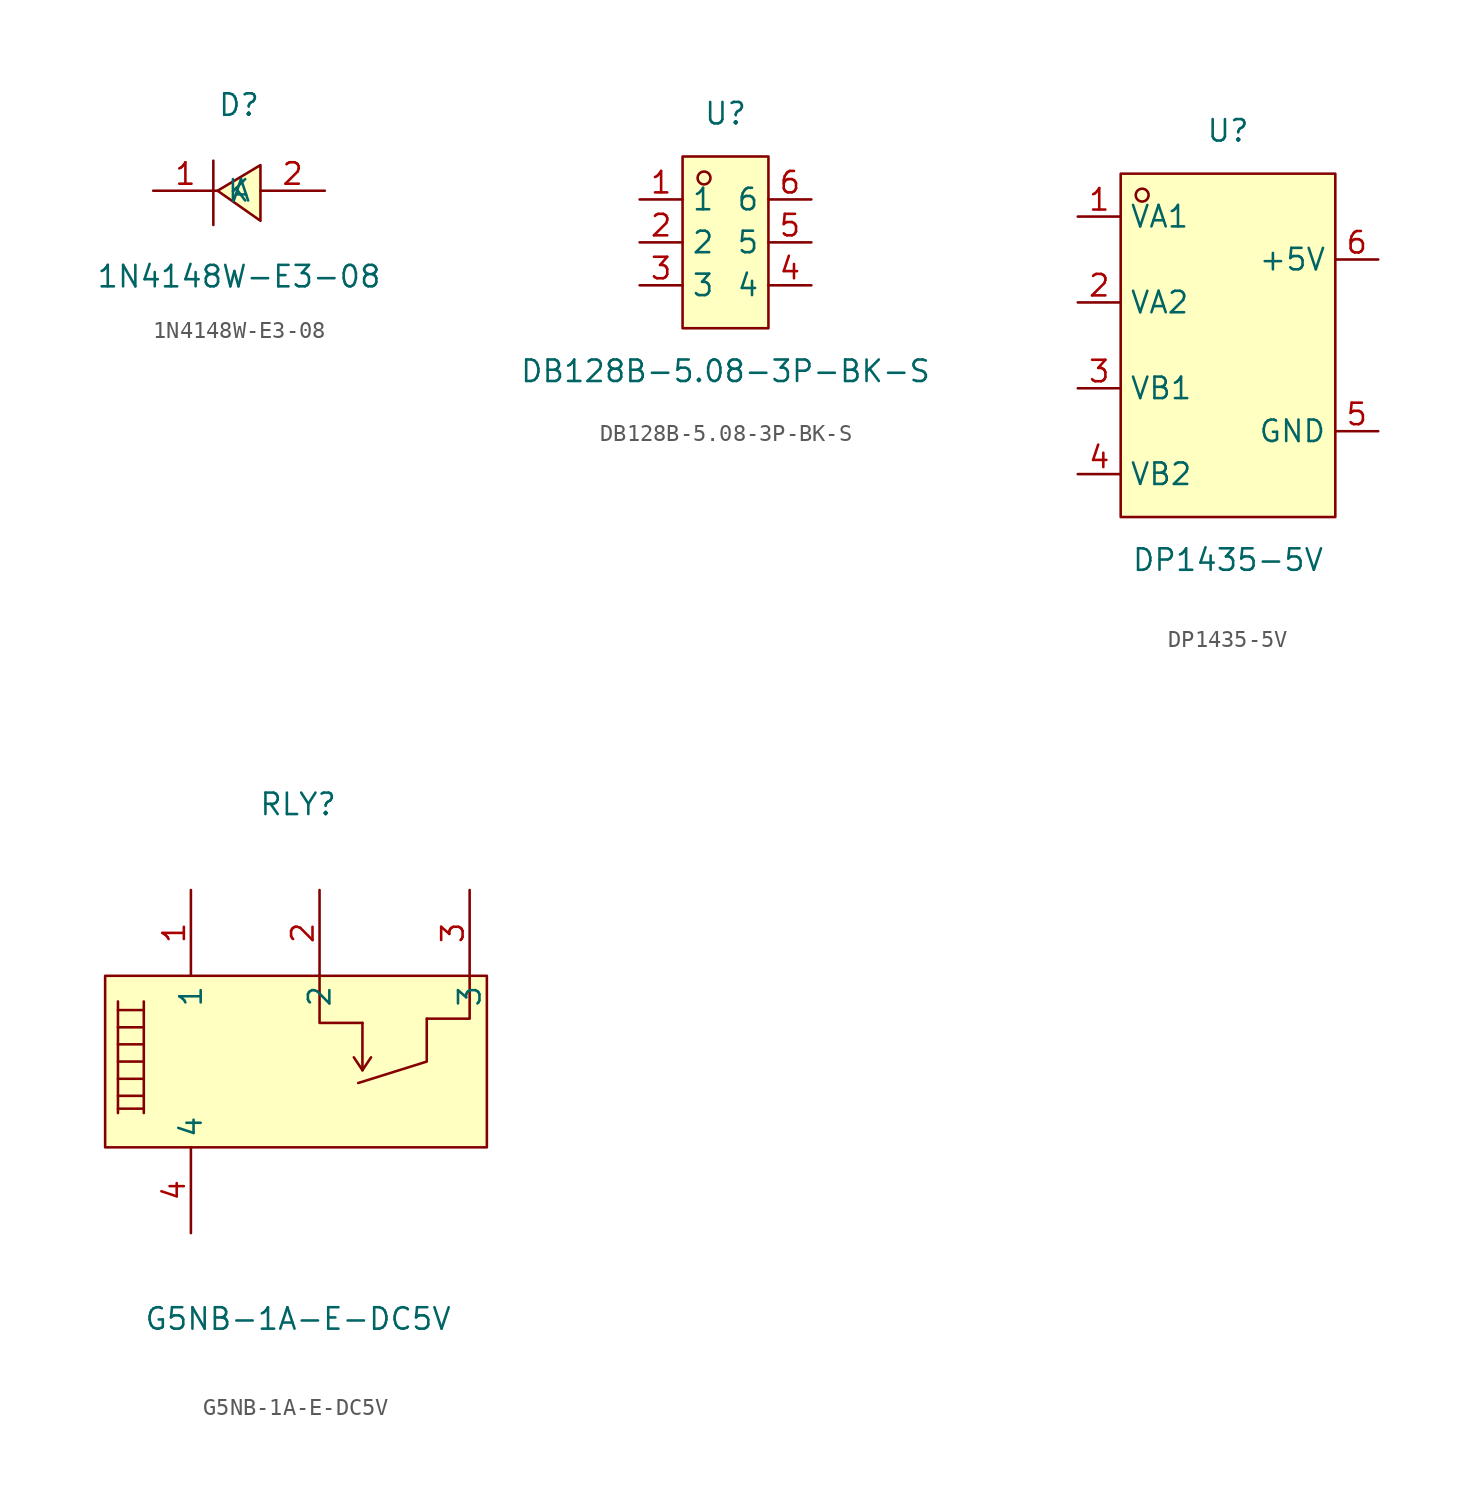
<source format=kicad_sym>
(kicad_symbol_lib
  (version 20211014)
  (generator https://github.com/uPesy/easyeda2kicad.py)
  (symbol "1N4148W-E3-08"
    (property "Reference" "D"
      (at 0 5.08 0)
      (effects (font (size 1.27 1.27))))
    (property "Value" "1N4148W-E3-08"
      (at 0 -5.08 0)
      (effects (font (size 1.27 1.27))))
    (symbol "1N4148W-E3-08_0_1"
      (polyline (pts (xy 1.27 1.52) (xy -1.27 -0.00) (xy 1.27 -1.78) (xy 1.27 1.52)) (stroke (width 0) (type default) (color 0 0 0 0)) (fill (type background)))
      (polyline (pts (xy -1.52 1.78) (xy -1.52 -2.03)) (stroke (width 0) (type default) (color 0 0 0 0)) (fill (type none)))
      (pin unspecified line (at 5.08 -0.00 180) (length 3.81) (name "A" (effects (font (size 1.27 1.27)))) (number "2" (effects (font (size 1.27 1.27)))))
      (pin unspecified line (at -5.08 -0.00 0) (length 3.81) (name "K" (effects (font (size 1.27 1.27)))) (number "1" (effects (font (size 1.27 1.27)))))))
  (symbol "DB128B-5.08-3P-BK-S"
    (property "Reference" "U"
      (at 0 7.62 0)
      (effects (font (size 1.27 1.27))))
    (property "Value" "DB128B-5.08-3P-BK-S"
      (at 0 -7.62 0)
      (effects (font (size 1.27 1.27))))
    (symbol "DB128B-5.08-3P-BK-S_0_1"
      (rectangle (start -2.54 5.08) (end 2.54 -5.08) (stroke (width 0) (type default) (color 0 0 0 0)) (fill (type background)))
      (circle (center -1.27 3.81) (radius 0.38) (stroke (width 0) (type default) (color 0 0 0 0)) (fill (type none)))
      (pin unspecified line (at -5.08 2.54 0) (length 2.54) (name "1" (effects (font (size 1.27 1.27)))) (number "1" (effects (font (size 1.27 1.27)))))
      (pin unspecified line (at -5.08 -0.00 0) (length 2.54) (name "2" (effects (font (size 1.27 1.27)))) (number "2" (effects (font (size 1.27 1.27)))))
      (pin unspecified line (at -5.08 -2.54 0) (length 2.54) (name "3" (effects (font (size 1.27 1.27)))) (number "3" (effects (font (size 1.27 1.27)))))
      (pin unspecified line (at 5.08 -2.54 180) (length 2.54) (name "4" (effects (font (size 1.27 1.27)))) (number "4" (effects (font (size 1.27 1.27)))))
      (pin unspecified line (at 5.08 -0.00 180) (length 2.54) (name "5" (effects (font (size 1.27 1.27)))) (number "5" (effects (font (size 1.27 1.27)))))
      (pin unspecified line (at 5.08 2.54 180) (length 2.54) (name "6" (effects (font (size 1.27 1.27)))) (number "6" (effects (font (size 1.27 1.27)))))))
  (symbol "DP1435-5V"
    (property "Reference" "U"
      (at 0 12.70 0)
      (effects (font (size 1.27 1.27))))
    (property "Value" "DP1435-5V"
      (at 0 -12.70 0)
      (effects (font (size 1.27 1.27))))
    (symbol "DP1435-5V_0_1"
      (rectangle (start -6.35 10.16) (end 6.35 -10.16) (stroke (width 0) (type default) (color 0 0 0 0)) (fill (type background)))
      (circle (center -5.08 8.89) (radius 0.38) (stroke (width 0) (type default) (color 0 0 0 0)) (fill (type none)))
      (pin unspecified line (at -8.89 7.62 0) (length 2.54) (name "VA1" (effects (font (size 1.27 1.27)))) (number "1" (effects (font (size 1.27 1.27)))))
      (pin unspecified line (at -8.89 2.54 0) (length 2.54) (name "VA2" (effects (font (size 1.27 1.27)))) (number "2" (effects (font (size 1.27 1.27)))))
      (pin unspecified line (at -8.89 -2.54 0) (length 2.54) (name "VB1" (effects (font (size 1.27 1.27)))) (number "3" (effects (font (size 1.27 1.27)))))
      (pin unspecified line (at -8.89 -7.62 0) (length 2.54) (name "VB2" (effects (font (size 1.27 1.27)))) (number "4" (effects (font (size 1.27 1.27)))))
      (pin unspecified line (at 8.89 -5.08 180) (length 2.54) (name "GND" (effects (font (size 1.27 1.27)))) (number "5" (effects (font (size 1.27 1.27)))))
      (pin unspecified line (at 8.89 5.08 180) (length 2.54) (name "+5V" (effects (font (size 1.27 1.27)))) (number "6" (effects (font (size 1.27 1.27)))))))
  (symbol "G5NB-1A-E-DC5V"
    (property "Reference" "RLY"
      (at 0 15.24 0)
      (effects (font (size 1.27 1.27))))
    (property "Value" "G5NB-1A-E-DC5V"
      (at 0 -15.24 0)
      (effects (font (size 1.27 1.27))))
    (symbol "G5NB-1A-E-DC5V_0_1"
      (rectangle (start -11.43 5.08) (end 11.18 -5.08) (stroke (width 0) (type default) (color 0 0 0 0)) (fill (type background)))
      (polyline (pts (xy -10.67 3.56)) (stroke (width 0) (type default) (color 0 0 0 0)) (fill (type background)))
      (polyline (pts (xy -9.14 -3.05)) (stroke (width 0) (type default) (color 0 0 0 0)) (fill (type background)))
      (polyline (pts (xy 10.16 5.08) (xy 10.16 2.54) (xy 7.62 2.54)) (stroke (width 0) (type default) (color 0 0 0 0)) (fill (type none)))
      (polyline (pts (xy 1.27 5.08) (xy 1.27 2.29) (xy 3.81 2.29)) (stroke (width 0) (type default) (color 0 0 0 0)) (fill (type none)))
      (polyline (pts (xy 7.62 2.54) (xy 7.62 -0.00) (xy 3.56 -1.27)) (stroke (width 0) (type default) (color 0 0 0 0)) (fill (type none)))
      (polyline (pts (xy 3.81 2.03) (xy 3.81 2.29) (xy 3.81 -0.51)) (stroke (width 0) (type default) (color 0 0 0 0)) (fill (type none)))
      (polyline (pts (xy 3.81 -0.51) (xy 4.32 0.25)) (stroke (width 0) (type default) (color 0 0 0 0)) (fill (type none)))
      (polyline (pts (xy 3.81 -0.51) (xy 3.30 0.25)) (stroke (width 0) (type default) (color 0 0 0 0)) (fill (type none)))
      (polyline (pts (xy -10.67 3.56) (xy -10.67 -3.05)) (stroke (width 0) (type default) (color 0 0 0 0)) (fill (type none)))
      (polyline (pts (xy -9.14 3.56) (xy -9.14 -3.05)) (stroke (width 0) (type default) (color 0 0 0 0)) (fill (type none)))
      (polyline (pts (xy -10.67 3.05) (xy -9.14 3.05)) (stroke (width 0) (type default) (color 0 0 0 0)) (fill (type none)))
      (polyline (pts (xy -10.67 2.03) (xy -9.14 2.03)) (stroke (width 0) (type default) (color 0 0 0 0)) (fill (type none)))
      (polyline (pts (xy -10.67 1.02) (xy -9.14 1.02)) (stroke (width 0) (type default) (color 0 0 0 0)) (fill (type none)))
      (polyline (pts (xy -10.67 -0.00) (xy -9.14 -0.00)) (stroke (width 0) (type default) (color 0 0 0 0)) (fill (type none)))
      (polyline (pts (xy -10.67 -1.02) (xy -9.14 -1.02)) (stroke (width 0) (type default) (color 0 0 0 0)) (fill (type none)))
      (polyline (pts (xy -10.67 -2.03) (xy -9.14 -2.03)) (stroke (width 0) (type default) (color 0 0 0 0)) (fill (type none)))
      (polyline (pts (xy -10.67 -2.79) (xy -9.14 -2.79)) (stroke (width 0) (type default) (color 0 0 0 0)) (fill (type none)))
      (pin unspecified line (at -6.35 10.16 270) (length 5.08) (name "1" (effects (font (size 1.27 1.27)))) (number "1" (effects (font (size 1.27 1.27)))))
      (pin unspecified line (at 1.27 10.16 270) (length 5.08) (name "2" (effects (font (size 1.27 1.27)))) (number "2" (effects (font (size 1.27 1.27)))))
      (pin unspecified line (at 10.16 10.16 270) (length 5.08) (name "3" (effects (font (size 1.27 1.27)))) (number "3" (effects (font (size 1.27 1.27)))))
      (pin unspecified line (at -6.35 -10.16 90) (length 5.08) (name "4" (effects (font (size 1.27 1.27)))) (number "4" (effects (font (size 1.27 1.27))))))))
</source>
